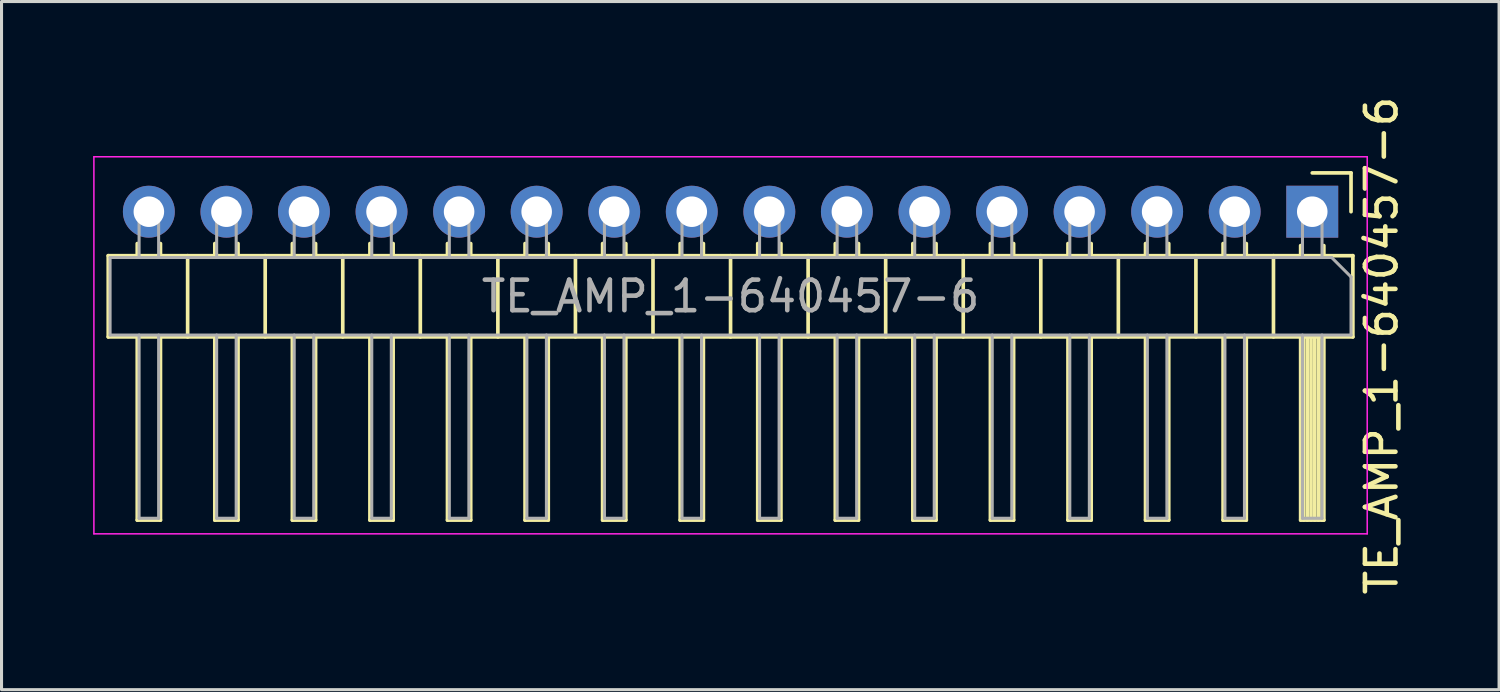
<source format=kicad_pcb>
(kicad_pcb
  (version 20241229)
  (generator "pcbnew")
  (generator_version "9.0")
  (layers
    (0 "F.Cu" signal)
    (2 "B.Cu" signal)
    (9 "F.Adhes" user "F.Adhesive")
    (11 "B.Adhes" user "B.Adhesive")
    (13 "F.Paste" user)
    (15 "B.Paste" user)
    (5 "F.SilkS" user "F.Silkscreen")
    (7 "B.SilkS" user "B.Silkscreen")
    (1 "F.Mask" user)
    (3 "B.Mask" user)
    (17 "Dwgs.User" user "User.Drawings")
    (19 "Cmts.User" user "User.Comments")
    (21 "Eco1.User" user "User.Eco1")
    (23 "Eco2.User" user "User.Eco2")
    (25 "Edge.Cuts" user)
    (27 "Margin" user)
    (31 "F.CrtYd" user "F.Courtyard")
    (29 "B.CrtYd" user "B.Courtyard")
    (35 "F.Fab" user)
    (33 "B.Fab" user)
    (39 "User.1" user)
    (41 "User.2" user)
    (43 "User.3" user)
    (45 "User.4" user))
  (footprint "TE_AMP_1-640457-6"
    (layer "F.Cu")
    (at 20.875 3.883)
    (property "Reference" "TE_AMP_1-640457-6" (at 21.32 4.385 270) (layer "F.SilkS") (effects (font (size 1 1) (thickness 0.15))))
    (attr through_hole)
    (fp_line (start -20.38 1.44) (end -20.38 4.1) (stroke (width 0.12) (type solid)) (layer "F.SilkS"))
    (fp_line (start -20.38 4.1) (end 20.38 4.1) (stroke (width 0.12) (type solid)) (layer "F.SilkS"))
    (fp_line (start -19.43 1.043) (end -19.43 1.44) (stroke (width 0.12) (type solid)) (layer "F.SilkS"))
    (fp_line (start -19.43 10.1) (end -19.43 4.1) (stroke (width 0.12) (type solid)) (layer "F.SilkS"))
    (fp_line (start -18.67 1.043) (end -18.67 1.44) (stroke (width 0.12) (type solid)) (layer "F.SilkS"))
    (fp_line (start -18.67 4.1) (end -18.67 10.1) (stroke (width 0.12) (type solid)) (layer "F.SilkS"))
    (fp_line (start -18.67 10.1) (end -19.43 10.1) (stroke (width 0.12) (type solid)) (layer "F.SilkS"))
    (fp_line (start -17.78 1.44) (end -17.78 4.1) (stroke (width 0.12) (type solid)) (layer "F.SilkS"))
    (fp_line (start -16.89 1.043) (end -16.89 1.44) (stroke (width 0.12) (type solid)) (layer "F.SilkS"))
    (fp_line (start -16.89 10.1) (end -16.89 4.1) (stroke (width 0.12) (type solid)) (layer "F.SilkS"))
    (fp_line (start -16.13 1.043) (end -16.13 1.44) (stroke (width 0.12) (type solid)) (layer "F.SilkS"))
    (fp_line (start -16.13 4.1) (end -16.13 10.1) (stroke (width 0.12) (type solid)) (layer "F.SilkS"))
    (fp_line (start -16.13 10.1) (end -16.89 10.1) (stroke (width 0.12) (type solid)) (layer "F.SilkS"))
    (fp_line (start -15.24 1.44) (end -15.24 4.1) (stroke (width 0.12) (type solid)) (layer "F.SilkS"))
    (fp_line (start -14.35 1.043) (end -14.35 1.44) (stroke (width 0.12) (type solid)) (layer "F.SilkS"))
    (fp_line (start -14.35 10.1) (end -14.35 4.1) (stroke (width 0.12) (type solid)) (layer "F.SilkS"))
    (fp_line (start -13.59 1.043) (end -13.59 1.44) (stroke (width 0.12) (type solid)) (layer "F.SilkS"))
    (fp_line (start -13.59 4.1) (end -13.59 10.1) (stroke (width 0.12) (type solid)) (layer "F.SilkS"))
    (fp_line (start -13.59 10.1) (end -14.35 10.1) (stroke (width 0.12) (type solid)) (layer "F.SilkS"))
    (fp_line (start -12.7 1.44) (end -12.7 4.1) (stroke (width 0.12) (type solid)) (layer "F.SilkS"))
    (fp_line (start -11.81 1.043) (end -11.81 1.44) (stroke (width 0.12) (type solid)) (layer "F.SilkS"))
    (fp_line (start -11.81 10.1) (end -11.81 4.1) (stroke (width 0.12) (type solid)) (layer "F.SilkS"))
    (fp_line (start -11.05 1.043) (end -11.05 1.44) (stroke (width 0.12) (type solid)) (layer "F.SilkS"))
    (fp_line (start -11.05 4.1) (end -11.05 10.1) (stroke (width 0.12) (type solid)) (layer "F.SilkS"))
    (fp_line (start -11.05 10.1) (end -11.81 10.1) (stroke (width 0.12) (type solid)) (layer "F.SilkS"))
    (fp_line (start -10.16 1.44) (end -10.16 4.1) (stroke (width 0.12) (type solid)) (layer "F.SilkS"))
    (fp_line (start -9.27 1.043) (end -9.27 1.44) (stroke (width 0.12) (type solid)) (layer "F.SilkS"))
    (fp_line (start -9.27 10.1) (end -9.27 4.1) (stroke (width 0.12) (type solid)) (layer "F.SilkS"))
    (fp_line (start -8.51 1.043) (end -8.51 1.44) (stroke (width 0.12) (type solid)) (layer "F.SilkS"))
    (fp_line (start -8.51 4.1) (end -8.51 10.1) (stroke (width 0.12) (type solid)) (layer "F.SilkS"))
    (fp_line (start -8.51 10.1) (end -9.27 10.1) (stroke (width 0.12) (type solid)) (layer "F.SilkS"))
    (fp_line (start -7.62 1.44) (end -7.62 4.1) (stroke (width 0.12) (type solid)) (layer "F.SilkS"))
    (fp_line (start -6.73 1.043) (end -6.73 1.44) (stroke (width 0.12) (type solid)) (layer "F.SilkS"))
    (fp_line (start -6.73 10.1) (end -6.73 4.1) (stroke (width 0.12) (type solid)) (layer "F.SilkS"))
    (fp_line (start -5.97 1.043) (end -5.97 1.44) (stroke (width 0.12) (type solid)) (layer "F.SilkS"))
    (fp_line (start -5.97 4.1) (end -5.97 10.1) (stroke (width 0.12) (type solid)) (layer "F.SilkS"))
    (fp_line (start -5.97 10.1) (end -6.73 10.1) (stroke (width 0.12) (type solid)) (layer "F.SilkS"))
    (fp_line (start -5.08 1.44) (end -5.08 4.1) (stroke (width 0.12) (type solid)) (layer "F.SilkS"))
    (fp_line (start -4.19 1.043) (end -4.19 1.44) (stroke (width 0.12) (type solid)) (layer "F.SilkS"))
    (fp_line (start -4.19 10.1) (end -4.19 4.1) (stroke (width 0.12) (type solid)) (layer "F.SilkS"))
    (fp_line (start -3.43 1.043) (end -3.43 1.44) (stroke (width 0.12) (type solid)) (layer "F.SilkS"))
    (fp_line (start -3.43 4.1) (end -3.43 10.1) (stroke (width 0.12) (type solid)) (layer "F.SilkS"))
    (fp_line (start -3.43 10.1) (end -4.19 10.1) (stroke (width 0.12) (type solid)) (layer "F.SilkS"))
    (fp_line (start -2.54 1.44) (end -2.54 4.1) (stroke (width 0.12) (type solid)) (layer "F.SilkS"))
    (fp_line (start -1.65 1.043) (end -1.65 1.44) (stroke (width 0.12) (type solid)) (layer "F.SilkS"))
    (fp_line (start -1.65 10.1) (end -1.65 4.1) (stroke (width 0.12) (type solid)) (layer "F.SilkS"))
    (fp_line (start -0.89 1.043) (end -0.89 1.44) (stroke (width 0.12) (type solid)) (layer "F.SilkS"))
    (fp_line (start -0.89 4.1) (end -0.89 10.1) (stroke (width 0.12) (type solid)) (layer "F.SilkS"))
    (fp_line (start -0.89 10.1) (end -1.65 10.1) (stroke (width 0.12) (type solid)) (layer "F.SilkS"))
    (fp_line (start 0 1.44) (end 0 4.1) (stroke (width 0.12) (type solid)) (layer "F.SilkS"))
    (fp_line (start 0.89 1.043) (end 0.89 1.44) (stroke (width 0.12) (type solid)) (layer "F.SilkS"))
    (fp_line (start 0.89 10.1) (end 0.89 4.1) (stroke (width 0.12) (type solid)) (layer "F.SilkS"))
    (fp_line (start 1.65 1.043) (end 1.65 1.44) (stroke (width 0.12) (type solid)) (layer "F.SilkS"))
    (fp_line (start 1.65 4.1) (end 1.65 10.1) (stroke (width 0.12) (type solid)) (layer "F.SilkS"))
    (fp_line (start 1.65 10.1) (end 0.89 10.1) (stroke (width 0.12) (type solid)) (layer "F.SilkS"))
    (fp_line (start 2.54 1.44) (end 2.54 4.1) (stroke (width 0.12) (type solid)) (layer "F.SilkS"))
    (fp_line (start 3.43 1.043) (end 3.43 1.44) (stroke (width 0.12) (type solid)) (layer "F.SilkS"))
    (fp_line (start 3.43 10.1) (end 3.43 4.1) (stroke (width 0.12) (type solid)) (layer "F.SilkS"))
    (fp_line (start 4.19 1.043) (end 4.19 1.44) (stroke (width 0.12) (type solid)) (layer "F.SilkS"))
    (fp_line (start 4.19 4.1) (end 4.19 10.1) (stroke (width 0.12) (type solid)) (layer "F.SilkS"))
    (fp_line (start 4.19 10.1) (end 3.43 10.1) (stroke (width 0.12) (type solid)) (layer "F.SilkS"))
    (fp_line (start 5.08 1.44) (end 5.08 4.1) (stroke (width 0.12) (type solid)) (layer "F.SilkS"))
    (fp_line (start 5.97 1.043) (end 5.97 1.44) (stroke (width 0.12) (type solid)) (layer "F.SilkS"))
    (fp_line (start 5.97 10.1) (end 5.97 4.1) (stroke (width 0.12) (type solid)) (layer "F.SilkS"))
    (fp_line (start 6.73 1.043) (end 6.73 1.44) (stroke (width 0.12) (type solid)) (layer "F.SilkS"))
    (fp_line (start 6.73 4.1) (end 6.73 10.1) (stroke (width 0.12) (type solid)) (layer "F.SilkS"))
    (fp_line (start 6.73 10.1) (end 5.97 10.1) (stroke (width 0.12) (type solid)) (layer "F.SilkS"))
    (fp_line (start 7.62 1.44) (end 7.62 4.1) (stroke (width 0.12) (type solid)) (layer "F.SilkS"))
    (fp_line (start 8.51 1.043) (end 8.51 1.44) (stroke (width 0.12) (type solid)) (layer "F.SilkS"))
    (fp_line (start 8.51 10.1) (end 8.51 4.1) (stroke (width 0.12) (type solid)) (layer "F.SilkS"))
    (fp_line (start 9.27 1.043) (end 9.27 1.44) (stroke (width 0.12) (type solid)) (layer "F.SilkS"))
    (fp_line (start 9.27 4.1) (end 9.27 10.1) (stroke (width 0.12) (type solid)) (layer "F.SilkS"))
    (fp_line (start 9.27 10.1) (end 8.51 10.1) (stroke (width 0.12) (type solid)) (layer "F.SilkS"))
    (fp_line (start 10.16 1.44) (end 10.16 4.1) (stroke (width 0.12) (type solid)) (layer "F.SilkS"))
    (fp_line (start 11.05 1.043) (end 11.05 1.44) (stroke (width 0.12) (type solid)) (layer "F.SilkS"))
    (fp_line (start 11.05 10.1) (end 11.05 4.1) (stroke (width 0.12) (type solid)) (layer "F.SilkS"))
    (fp_line (start 11.81 1.043) (end 11.81 1.44) (stroke (width 0.12) (type solid)) (layer "F.SilkS"))
    (fp_line (start 11.81 4.1) (end 11.81 10.1) (stroke (width 0.12) (type solid)) (layer "F.SilkS"))
    (fp_line (start 11.81 10.1) (end 11.05 10.1) (stroke (width 0.12) (type solid)) (layer "F.SilkS"))
    (fp_line (start 12.7 1.44) (end 12.7 4.1) (stroke (width 0.12) (type solid)) (layer "F.SilkS"))
    (fp_line (start 13.59 1.043) (end 13.59 1.44) (stroke (width 0.12) (type solid)) (layer "F.SilkS"))
    (fp_line (start 13.59 10.1) (end 13.59 4.1) (stroke (width 0.12) (type solid)) (layer "F.SilkS"))
    (fp_line (start 14.35 1.043) (end 14.35 1.44) (stroke (width 0.12) (type solid)) (layer "F.SilkS"))
    (fp_line (start 14.35 4.1) (end 14.35 10.1) (stroke (width 0.12) (type solid)) (layer "F.SilkS"))
    (fp_line (start 14.35 10.1) (end 13.59 10.1) (stroke (width 0.12) (type solid)) (layer "F.SilkS"))
    (fp_line (start 15.24 1.44) (end 15.24 4.1) (stroke (width 0.12) (type solid)) (layer "F.SilkS"))
    (fp_line (start 16.13 1.043) (end 16.13 1.44) (stroke (width 0.12) (type solid)) (layer "F.SilkS"))
    (fp_line (start 16.13 10.1) (end 16.13 4.1) (stroke (width 0.12) (type solid)) (layer "F.SilkS"))
    (fp_line (start 16.89 1.043) (end 16.89 1.44) (stroke (width 0.12) (type solid)) (layer "F.SilkS"))
    (fp_line (start 16.89 4.1) (end 16.89 10.1) (stroke (width 0.12) (type solid)) (layer "F.SilkS"))
    (fp_line (start 16.89 10.1) (end 16.13 10.1) (stroke (width 0.12) (type solid)) (layer "F.SilkS"))
    (fp_line (start 17.78 1.44) (end 17.78 4.1) (stroke (width 0.12) (type solid)) (layer "F.SilkS"))
    (fp_line (start 18.67 1.11) (end 18.67 1.44) (stroke (width 0.12) (type solid)) (layer "F.SilkS"))
    (fp_line (start 18.67 10.1) (end 18.67 4.1) (stroke (width 0.12) (type solid)) (layer "F.SilkS"))
    (fp_line (start 18.77 4.1) (end 18.77 10.1) (stroke (width 0.12) (type solid)) (layer "F.SilkS"))
    (fp_line (start 18.89 4.1) (end 18.89 10.1) (stroke (width 0.12) (type solid)) (layer "F.SilkS"))
    (fp_line (start 19.01 4.1) (end 19.01 10.1) (stroke (width 0.12) (type solid)) (layer "F.SilkS"))
    (fp_line (start 19.05 -1.27) (end 20.32 -1.27) (stroke (width 0.12) (type solid)) (layer "F.SilkS"))
    (fp_line (start 19.13 4.1) (end 19.13 10.1) (stroke (width 0.12) (type solid)) (layer "F.SilkS"))
    (fp_line (start 19.25 4.1) (end 19.25 10.1) (stroke (width 0.12) (type solid)) (layer "F.SilkS"))
    (fp_line (start 19.37 4.1) (end 19.37 10.1) (stroke (width 0.12) (type solid)) (layer "F.SilkS"))
    (fp_line (start 19.43 1.11) (end 19.43 1.44) (stroke (width 0.12) (type solid)) (layer "F.SilkS"))
    (fp_line (start 19.43 4.1) (end 19.43 10.1) (stroke (width 0.12) (type solid)) (layer "F.SilkS"))
    (fp_line (start 19.43 10.1) (end 18.67 10.1) (stroke (width 0.12) (type solid)) (layer "F.SilkS"))
    (fp_line (start 20.32 -1.27) (end 20.32 0) (stroke (width 0.12) (type solid)) (layer "F.SilkS"))
    (fp_line (start 20.38 1.44) (end -20.38 1.44) (stroke (width 0.12) (type solid)) (layer "F.SilkS"))
    (fp_line (start 20.38 4.1) (end 20.38 1.44) (stroke (width 0.12) (type solid)) (layer "F.SilkS"))
    (fp_line (start -20.85 -1.8) (end -20.85 10.55) (stroke (width 0.05) (type solid)) (layer "F.CrtYd"))
    (fp_line (start -20.85 10.55) (end 20.85 10.55) (stroke (width 0.05) (type solid)) (layer "F.CrtYd"))
    (fp_line (start 20.85 -1.8) (end -20.85 -1.8) (stroke (width 0.05) (type solid)) (layer "F.CrtYd"))
    (fp_line (start 20.85 10.55) (end 20.85 -1.8) (stroke (width 0.05) (type solid)) (layer "F.CrtYd"))
    (fp_line (start -20.32 1.5) (end 19.685 1.5) (stroke (width 0.1) (type solid)) (layer "F.Fab"))
    (fp_line (start -20.32 4.04) (end -20.32 1.5) (stroke (width 0.1) (type solid)) (layer "F.Fab"))
    (fp_line (start -19.37 -0.32) (end -19.37 1.5) (stroke (width 0.1) (type solid)) (layer "F.Fab"))
    (fp_line (start -19.37 4.04) (end -19.37 10.04) (stroke (width 0.1) (type solid)) (layer "F.Fab"))
    (fp_line (start -18.73 -0.32) (end -19.37 -0.32) (stroke (width 0.1) (type solid)) (layer "F.Fab"))
    (fp_line (start -18.73 -0.32) (end -18.73 1.5) (stroke (width 0.1) (type solid)) (layer "F.Fab"))
    (fp_line (start -18.73 4.04) (end -18.73 10.04) (stroke (width 0.1) (type solid)) (layer "F.Fab"))
    (fp_line (start -18.73 10.04) (end -19.37 10.04) (stroke (width 0.1) (type solid)) (layer "F.Fab"))
    (fp_line (start -16.83 -0.32) (end -16.83 1.5) (stroke (width 0.1) (type solid)) (layer "F.Fab"))
    (fp_line (start -16.83 4.04) (end -16.83 10.04) (stroke (width 0.1) (type solid)) (layer "F.Fab"))
    (fp_line (start -16.19 -0.32) (end -16.83 -0.32) (stroke (width 0.1) (type solid)) (layer "F.Fab"))
    (fp_line (start -16.19 -0.32) (end -16.19 1.5) (stroke (width 0.1) (type solid)) (layer "F.Fab"))
    (fp_line (start -16.19 4.04) (end -16.19 10.04) (stroke (width 0.1) (type solid)) (layer "F.Fab"))
    (fp_line (start -16.19 10.04) (end -16.83 10.04) (stroke (width 0.1) (type solid)) (layer "F.Fab"))
    (fp_line (start -14.29 -0.32) (end -14.29 1.5) (stroke (width 0.1) (type solid)) (layer "F.Fab"))
    (fp_line (start -14.29 4.04) (end -14.29 10.04) (stroke (width 0.1) (type solid)) (layer "F.Fab"))
    (fp_line (start -13.65 -0.32) (end -14.29 -0.32) (stroke (width 0.1) (type solid)) (layer "F.Fab"))
    (fp_line (start -13.65 -0.32) (end -13.65 1.5) (stroke (width 0.1) (type solid)) (layer "F.Fab"))
    (fp_line (start -13.65 4.04) (end -13.65 10.04) (stroke (width 0.1) (type solid)) (layer "F.Fab"))
    (fp_line (start -13.65 10.04) (end -14.29 10.04) (stroke (width 0.1) (type solid)) (layer "F.Fab"))
    (fp_line (start -11.75 -0.32) (end -11.75 1.5) (stroke (width 0.1) (type solid)) (layer "F.Fab"))
    (fp_line (start -11.75 4.04) (end -11.75 10.04) (stroke (width 0.1) (type solid)) (layer "F.Fab"))
    (fp_line (start -11.11 -0.32) (end -11.75 -0.32) (stroke (width 0.1) (type solid)) (layer "F.Fab"))
    (fp_line (start -11.11 -0.32) (end -11.11 1.5) (stroke (width 0.1) (type solid)) (layer "F.Fab"))
    (fp_line (start -11.11 4.04) (end -11.11 10.04) (stroke (width 0.1) (type solid)) (layer "F.Fab"))
    (fp_line (start -11.11 10.04) (end -11.75 10.04) (stroke (width 0.1) (type solid)) (layer "F.Fab"))
    (fp_line (start -9.21 -0.32) (end -9.21 1.5) (stroke (width 0.1) (type solid)) (layer "F.Fab"))
    (fp_line (start -9.21 4.04) (end -9.21 10.04) (stroke (width 0.1) (type solid)) (layer "F.Fab"))
    (fp_line (start -8.57 -0.32) (end -9.21 -0.32) (stroke (width 0.1) (type solid)) (layer "F.Fab"))
    (fp_line (start -8.57 -0.32) (end -8.57 1.5) (stroke (width 0.1) (type solid)) (layer "F.Fab"))
    (fp_line (start -8.57 4.04) (end -8.57 10.04) (stroke (width 0.1) (type solid)) (layer "F.Fab"))
    (fp_line (start -8.57 10.04) (end -9.21 10.04) (stroke (width 0.1) (type solid)) (layer "F.Fab"))
    (fp_line (start -6.67 -0.32) (end -6.67 1.5) (stroke (width 0.1) (type solid)) (layer "F.Fab"))
    (fp_line (start -6.67 4.04) (end -6.67 10.04) (stroke (width 0.1) (type solid)) (layer "F.Fab"))
    (fp_line (start -6.03 -0.32) (end -6.67 -0.32) (stroke (width 0.1) (type solid)) (layer "F.Fab"))
    (fp_line (start -6.03 -0.32) (end -6.03 1.5) (stroke (width 0.1) (type solid)) (layer "F.Fab"))
    (fp_line (start -6.03 4.04) (end -6.03 10.04) (stroke (width 0.1) (type solid)) (layer "F.Fab"))
    (fp_line (start -6.03 10.04) (end -6.67 10.04) (stroke (width 0.1) (type solid)) (layer "F.Fab"))
    (fp_line (start -4.13 -0.32) (end -4.13 1.5) (stroke (width 0.1) (type solid)) (layer "F.Fab"))
    (fp_line (start -4.13 4.04) (end -4.13 10.04) (stroke (width 0.1) (type solid)) (layer "F.Fab"))
    (fp_line (start -3.49 -0.32) (end -4.13 -0.32) (stroke (width 0.1) (type solid)) (layer "F.Fab"))
    (fp_line (start -3.49 -0.32) (end -3.49 1.5) (stroke (width 0.1) (type solid)) (layer "F.Fab"))
    (fp_line (start -3.49 4.04) (end -3.49 10.04) (stroke (width 0.1) (type solid)) (layer "F.Fab"))
    (fp_line (start -3.49 10.04) (end -4.13 10.04) (stroke (width 0.1) (type solid)) (layer "F.Fab"))
    (fp_line (start -1.59 -0.32) (end -1.59 1.5) (stroke (width 0.1) (type solid)) (layer "F.Fab"))
    (fp_line (start -1.59 4.04) (end -1.59 10.04) (stroke (width 0.1) (type solid)) (layer "F.Fab"))
    (fp_line (start -0.95 -0.32) (end -1.59 -0.32) (stroke (width 0.1) (type solid)) (layer "F.Fab"))
    (fp_line (start -0.95 -0.32) (end -0.95 1.5) (stroke (width 0.1) (type solid)) (layer "F.Fab"))
    (fp_line (start -0.95 4.04) (end -0.95 10.04) (stroke (width 0.1) (type solid)) (layer "F.Fab"))
    (fp_line (start -0.95 10.04) (end -1.59 10.04) (stroke (width 0.1) (type solid)) (layer "F.Fab"))
    (fp_line (start 0.95 -0.32) (end 0.95 1.5) (stroke (width 0.1) (type solid)) (layer "F.Fab"))
    (fp_line (start 0.95 4.04) (end 0.95 10.04) (stroke (width 0.1) (type solid)) (layer "F.Fab"))
    (fp_line (start 1.59 -0.32) (end 0.95 -0.32) (stroke (width 0.1) (type solid)) (layer "F.Fab"))
    (fp_line (start 1.59 -0.32) (end 1.59 1.5) (stroke (width 0.1) (type solid)) (layer "F.Fab"))
    (fp_line (start 1.59 4.04) (end 1.59 10.04) (stroke (width 0.1) (type solid)) (layer "F.Fab"))
    (fp_line (start 1.59 10.04) (end 0.95 10.04) (stroke (width 0.1) (type solid)) (layer "F.Fab"))
    (fp_line (start 3.49 -0.32) (end 3.49 1.5) (stroke (width 0.1) (type solid)) (layer "F.Fab"))
    (fp_line (start 3.49 4.04) (end 3.49 10.04) (stroke (width 0.1) (type solid)) (layer "F.Fab"))
    (fp_line (start 4.13 -0.32) (end 3.49 -0.32) (stroke (width 0.1) (type solid)) (layer "F.Fab"))
    (fp_line (start 4.13 -0.32) (end 4.13 1.5) (stroke (width 0.1) (type solid)) (layer "F.Fab"))
    (fp_line (start 4.13 4.04) (end 4.13 10.04) (stroke (width 0.1) (type solid)) (layer "F.Fab"))
    (fp_line (start 4.13 10.04) (end 3.49 10.04) (stroke (width 0.1) (type solid)) (layer "F.Fab"))
    (fp_line (start 6.03 -0.32) (end 6.03 1.5) (stroke (width 0.1) (type solid)) (layer "F.Fab"))
    (fp_line (start 6.03 4.04) (end 6.03 10.04) (stroke (width 0.1) (type solid)) (layer "F.Fab"))
    (fp_line (start 6.67 -0.32) (end 6.03 -0.32) (stroke (width 0.1) (type solid)) (layer "F.Fab"))
    (fp_line (start 6.67 -0.32) (end 6.67 1.5) (stroke (width 0.1) (type solid)) (layer "F.Fab"))
    (fp_line (start 6.67 4.04) (end 6.67 10.04) (stroke (width 0.1) (type solid)) (layer "F.Fab"))
    (fp_line (start 6.67 10.04) (end 6.03 10.04) (stroke (width 0.1) (type solid)) (layer "F.Fab"))
    (fp_line (start 8.57 -0.32) (end 8.57 1.5) (stroke (width 0.1) (type solid)) (layer "F.Fab"))
    (fp_line (start 8.57 4.04) (end 8.57 10.04) (stroke (width 0.1) (type solid)) (layer "F.Fab"))
    (fp_line (start 9.21 -0.32) (end 8.57 -0.32) (stroke (width 0.1) (type solid)) (layer "F.Fab"))
    (fp_line (start 9.21 -0.32) (end 9.21 1.5) (stroke (width 0.1) (type solid)) (layer "F.Fab"))
    (fp_line (start 9.21 4.04) (end 9.21 10.04) (stroke (width 0.1) (type solid)) (layer "F.Fab"))
    (fp_line (start 9.21 10.04) (end 8.57 10.04) (stroke (width 0.1) (type solid)) (layer "F.Fab"))
    (fp_line (start 11.11 -0.32) (end 11.11 1.5) (stroke (width 0.1) (type solid)) (layer "F.Fab"))
    (fp_line (start 11.11 4.04) (end 11.11 10.04) (stroke (width 0.1) (type solid)) (layer "F.Fab"))
    (fp_line (start 11.75 -0.32) (end 11.11 -0.32) (stroke (width 0.1) (type solid)) (layer "F.Fab"))
    (fp_line (start 11.75 -0.32) (end 11.75 1.5) (stroke (width 0.1) (type solid)) (layer "F.Fab"))
    (fp_line (start 11.75 4.04) (end 11.75 10.04) (stroke (width 0.1) (type solid)) (layer "F.Fab"))
    (fp_line (start 11.75 10.04) (end 11.11 10.04) (stroke (width 0.1) (type solid)) (layer "F.Fab"))
    (fp_line (start 13.65 -0.32) (end 13.65 1.5) (stroke (width 0.1) (type solid)) (layer "F.Fab"))
    (fp_line (start 13.65 4.04) (end 13.65 10.04) (stroke (width 0.1) (type solid)) (layer "F.Fab"))
    (fp_line (start 14.29 -0.32) (end 13.65 -0.32) (stroke (width 0.1) (type solid)) (layer "F.Fab"))
    (fp_line (start 14.29 -0.32) (end 14.29 1.5) (stroke (width 0.1) (type solid)) (layer "F.Fab"))
    (fp_line (start 14.29 4.04) (end 14.29 10.04) (stroke (width 0.1) (type solid)) (layer "F.Fab"))
    (fp_line (start 14.29 10.04) (end 13.65 10.04) (stroke (width 0.1) (type solid)) (layer "F.Fab"))
    (fp_line (start 16.19 -0.32) (end 16.19 1.5) (stroke (width 0.1) (type solid)) (layer "F.Fab"))
    (fp_line (start 16.19 4.04) (end 16.19 10.04) (stroke (width 0.1) (type solid)) (layer "F.Fab"))
    (fp_line (start 16.83 -0.32) (end 16.19 -0.32) (stroke (width 0.1) (type solid)) (layer "F.Fab"))
    (fp_line (start 16.83 -0.32) (end 16.83 1.5) (stroke (width 0.1) (type solid)) (layer "F.Fab"))
    (fp_line (start 16.83 4.04) (end 16.83 10.04) (stroke (width 0.1) (type solid)) (layer "F.Fab"))
    (fp_line (start 16.83 10.04) (end 16.19 10.04) (stroke (width 0.1) (type solid)) (layer "F.Fab"))
    (fp_line (start 18.73 -0.32) (end 18.73 1.5) (stroke (width 0.1) (type solid)) (layer "F.Fab"))
    (fp_line (start 18.73 4.04) (end 18.73 10.04) (stroke (width 0.1) (type solid)) (layer "F.Fab"))
    (fp_line (start 19.37 -0.32) (end 18.73 -0.32) (stroke (width 0.1) (type solid)) (layer "F.Fab"))
    (fp_line (start 19.37 -0.32) (end 19.37 1.5) (stroke (width 0.1) (type solid)) (layer "F.Fab"))
    (fp_line (start 19.37 4.04) (end 19.37 10.04) (stroke (width 0.1) (type solid)) (layer "F.Fab"))
    (fp_line (start 19.37 10.04) (end 18.73 10.04) (stroke (width 0.1) (type solid)) (layer "F.Fab"))
    (fp_line (start 19.685 1.5) (end 20.32 2.135) (stroke (width 0.1) (type solid)) (layer "F.Fab"))
    (fp_line (start 20.32 2.135) (end 20.32 4.04) (stroke (width 0.1) (type solid)) (layer "F.Fab"))
    (fp_line (start 20.32 4.04) (end -20.32 4.04) (stroke (width 0.1) (type solid)) (layer "F.Fab"))
    (fp_text user "${REFERENCE}" (at 0 2.77 0) (layer "F.Fab") (effects (font (size 1 1) (thickness 0.15))))
    (pad "1" thru_hole rect (at 19.05 0 270) (size 1.7 1.7) (drill 1) (layers "*.Cu" "*.Mask"))
    (pad "2" thru_hole oval (at 16.51 0 270) (size 1.7 1.7) (drill 1) (layers "*.Cu" "*.Mask"))
    (pad "3" thru_hole oval (at 13.97 0 270) (size 1.7 1.7) (drill 1) (layers "*.Cu" "*.Mask"))
    (pad "4" thru_hole oval (at 11.43 0 270) (size 1.7 1.7) (drill 1) (layers "*.Cu" "*.Mask"))
    (pad "5" thru_hole oval (at 8.89 0 270) (size 1.7 1.7) (drill 1) (layers "*.Cu" "*.Mask"))
    (pad "6" thru_hole oval (at 6.35 0 270) (size 1.7 1.7) (drill 1) (layers "*.Cu" "*.Mask"))
    (pad "7" thru_hole oval (at 3.81 0 270) (size 1.7 1.7) (drill 1) (layers "*.Cu" "*.Mask"))
    (pad "8" thru_hole oval (at 1.27 0 270) (size 1.7 1.7) (drill 1) (layers "*.Cu" "*.Mask"))
    (pad "9" thru_hole oval (at -1.27 0 270) (size 1.7 1.7) (drill 1) (layers "*.Cu" "*.Mask"))
    (pad "10" thru_hole oval (at -3.81 0 270) (size 1.7 1.7) (drill 1) (layers "*.Cu" "*.Mask"))
    (pad "11" thru_hole oval (at -6.35 0 270) (size 1.7 1.7) (drill 1) (layers "*.Cu" "*.Mask"))
    (pad "12" thru_hole oval (at -8.89 0 270) (size 1.7 1.7) (drill 1) (layers "*.Cu" "*.Mask"))
    (pad "13" thru_hole oval (at -11.43 0 270) (size 1.7 1.7) (drill 1) (layers "*.Cu" "*.Mask"))
    (pad "14" thru_hole oval (at -13.97 0 270) (size 1.7 1.7) (drill 1) (layers "*.Cu" "*.Mask"))
    (pad "15" thru_hole oval (at -16.51 0 270) (size 1.7 1.7) (drill 1) (layers "*.Cu" "*.Mask"))
    (pad "16" thru_hole oval (at -19.05 0 270) (size 1.7 1.7) (drill 1) (layers "*.Cu" "*.Mask")))
  (gr_rect
    (start -3 -3)
    (end 46.043 19.536)
    (stroke (width 0.1) (type default))
    (fill no)
    (layer "Edge.Cuts")))
</source>
